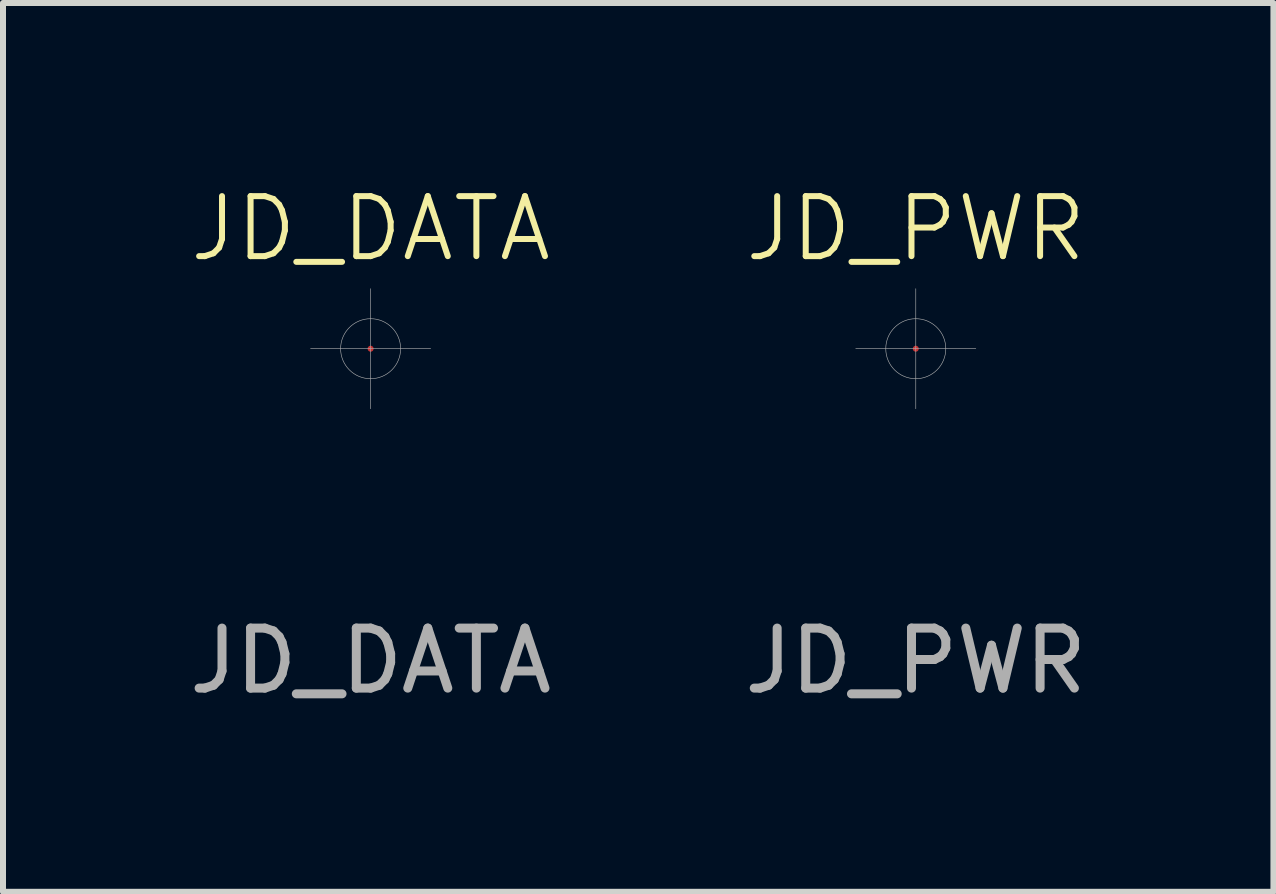
<source format=kicad_pcb>
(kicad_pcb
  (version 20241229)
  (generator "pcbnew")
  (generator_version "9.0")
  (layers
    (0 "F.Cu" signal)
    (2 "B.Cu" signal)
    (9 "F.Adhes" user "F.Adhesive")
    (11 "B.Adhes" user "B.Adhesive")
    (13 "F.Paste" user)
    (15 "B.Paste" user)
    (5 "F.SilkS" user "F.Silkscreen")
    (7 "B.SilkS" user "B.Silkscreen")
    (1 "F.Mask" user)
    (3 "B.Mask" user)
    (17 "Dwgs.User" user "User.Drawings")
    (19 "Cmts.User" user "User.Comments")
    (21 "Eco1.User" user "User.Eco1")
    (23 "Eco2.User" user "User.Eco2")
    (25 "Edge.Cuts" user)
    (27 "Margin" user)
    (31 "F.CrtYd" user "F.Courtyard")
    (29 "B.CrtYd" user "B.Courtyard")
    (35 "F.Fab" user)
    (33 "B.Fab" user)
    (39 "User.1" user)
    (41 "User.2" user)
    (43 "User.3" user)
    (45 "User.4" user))
  (footprint "JD_PWR"
    (layer "F.Cu")
    (at 12.208 2.76)
    (property "Reference" "JD_PWR" (at 0 -2 0) (unlocked yes) (layer "F.SilkS") (effects (font (size 1 1) (thickness 0.1))))
    (attr smd)
    (fp_line (start -1 0) (end 1 0) (stroke (width 0.01) (type default)) (layer "F.Fab"))
    (fp_line (start 0 -1) (end 0 1) (stroke (width 0.01) (type default)) (layer "F.Fab"))
    (fp_circle (center 0 0) (end 0.5 0) (stroke (width 0.01) (type default)) (fill no) (layer "F.Fab"))
    (fp_line (start 0 0) (end 0 0) (stroke (width 0.11) (type default)) (layer "User.1"))
    (fp_text user "${REFERENCE}" (at 0 5.2 0) (unlocked yes) (layer "F.Fab") (effects (font (size 1 1) (thickness 0.15))))
    (pad "1" smd circle (at 0 0) (size 0.1 0.1) (layers "F.Cu")))
  (footprint "JD_DATA"
    (layer "F.Cu")
    (at 3.125 2.76)
    (property "Reference" "JD_DATA" (at 0 -2 0) (unlocked yes) (layer "F.SilkS") (effects (font (size 1 1) (thickness 0.1))))
    (attr smd)
    (fp_line (start -1 0) (end 1 0) (stroke (width 0.01) (type default)) (layer "F.Fab"))
    (fp_line (start 0 -1) (end 0 1) (stroke (width 0.01) (type default)) (layer "F.Fab"))
    (fp_circle (center 0 0) (end 0.5 0) (stroke (width 0.01) (type default)) (fill no) (layer "F.Fab"))
    (fp_circle (center 0 0) (end 0.065 0) (stroke (width 0.1) (type solid)) (fill no) (layer "User.1"))
    (fp_text user "${REFERENCE}" (at 0 5.2 0) (unlocked yes) (layer "F.Fab") (effects (font (size 1 1) (thickness 0.15))))
    (pad "1" smd circle (at 0 0) (size 0.1 0.1) (layers "F.Cu")))
  (gr_rect
    (start -3 -3)
    (end 18.167 11.809)
    (stroke (width 0.1) (type default))
    (fill no)
    (layer "Edge.Cuts")))
</source>
